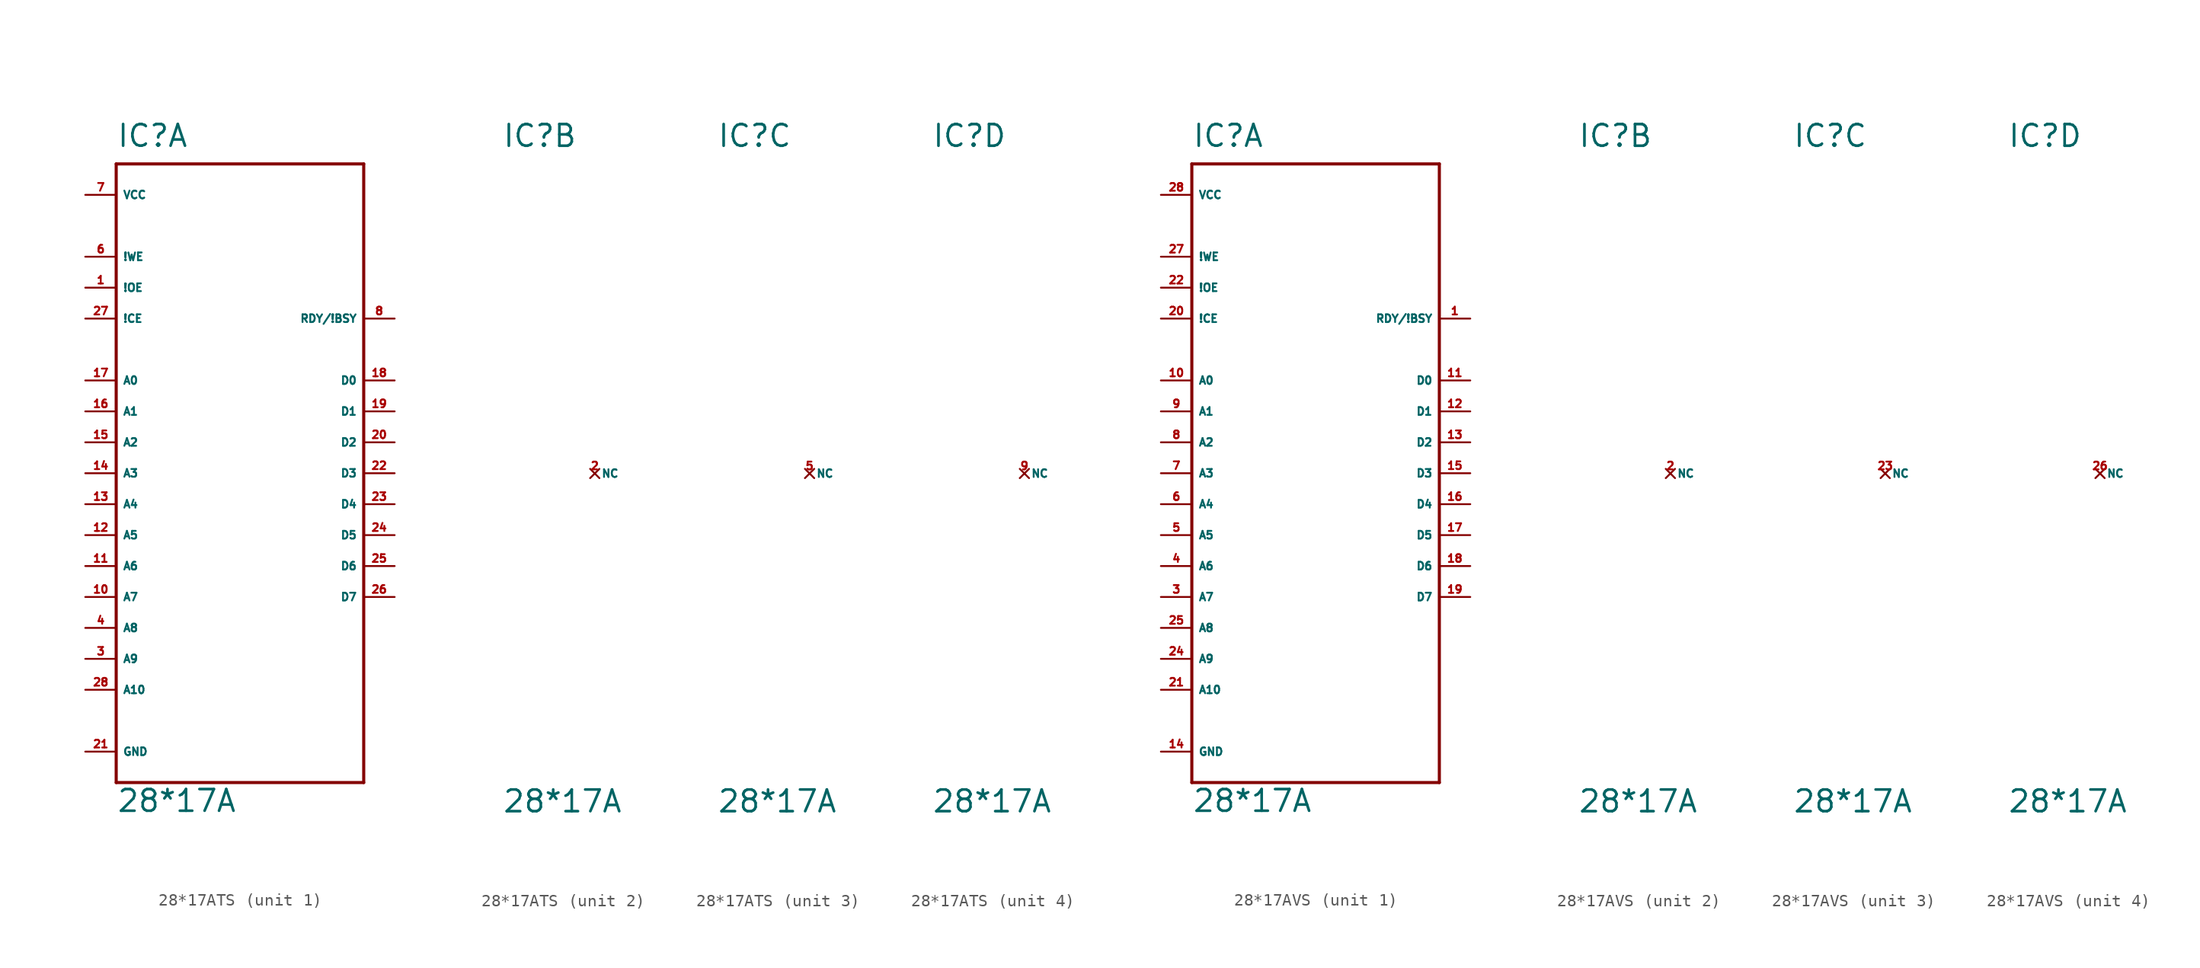
<source format=kicad_sym>
(kicad_symbol_lib
  (version 20220914)
  (generator Eagle2Kicad)
  (symbol "28*17ATS"
    (property "Reference" "IC"
      (at -10.16 26.67 0)
      (effects (font (size 1.778 1.778) (thickness 0.22)) (justify left bottom)))
    (property "Value" "28*17A"
      (at -10.16 -27.94 0)
      (effects (font (size 1.778 1.778) (thickness 0.22)) (justify left bottom)))
    (symbol "28*17ATS_1_0"
      (polyline (pts (xy -10.16 25.4) (xy 10.16 25.4)) (stroke (width 0.254) (type default)) (fill (type none)))
      (polyline (pts (xy 10.16 25.4) (xy 10.16 -25.4)) (stroke (width 0.254) (type default)) (fill (type none)))
      (polyline (pts (xy 10.16 -25.4) (xy -10.16 -25.4)) (stroke (width 0.254) (type default)) (fill (type none)))
      (polyline (pts (xy -10.16 -25.4) (xy -10.16 25.4)) (stroke (width 0.254) (type default)) (fill (type none)))
      (pin input line (at -12.7 7.62 0) (length 2.54) (name "A0" (effects (font (size 0.635 0.635) (thickness 0.08)) (justify left bottom))) (number "17" (effects (font (size 0.635 0.635) (thickness 0.08)) (justify left bottom))))
      (pin input line (at -12.7 5.08 0) (length 2.54) (name "A1" (effects (font (size 0.635 0.635) (thickness 0.08)) (justify left bottom))) (number "16" (effects (font (size 0.635 0.635) (thickness 0.08)) (justify left bottom))))
      (pin input line (at -12.7 2.54 0) (length 2.54) (name "A2" (effects (font (size 0.635 0.635) (thickness 0.08)) (justify left bottom))) (number "15" (effects (font (size 0.635 0.635) (thickness 0.08)) (justify left bottom))))
      (pin input line (at -12.7 0 0) (length 2.54) (name "A3" (effects (font (size 0.635 0.635) (thickness 0.08)) (justify left bottom))) (number "14" (effects (font (size 0.635 0.635) (thickness 0.08)) (justify left bottom))))
      (pin input line (at -12.7 -2.54 0) (length 2.54) (name "A4" (effects (font (size 0.635 0.635) (thickness 0.08)) (justify left bottom))) (number "13" (effects (font (size 0.635 0.635) (thickness 0.08)) (justify left bottom))))
      (pin input line (at -12.7 -5.08 0) (length 2.54) (name "A5" (effects (font (size 0.635 0.635) (thickness 0.08)) (justify left bottom))) (number "12" (effects (font (size 0.635 0.635) (thickness 0.08)) (justify left bottom))))
      (pin input line (at -12.7 -7.62 0) (length 2.54) (name "A6" (effects (font (size 0.635 0.635) (thickness 0.08)) (justify left bottom))) (number "11" (effects (font (size 0.635 0.635) (thickness 0.08)) (justify left bottom))))
      (pin input line (at -12.7 -10.16 0) (length 2.54) (name "A7" (effects (font (size 0.635 0.635) (thickness 0.08)) (justify left bottom))) (number "10" (effects (font (size 0.635 0.635) (thickness 0.08)) (justify left bottom))))
      (pin input line (at -12.7 -12.7 0) (length 2.54) (name "A8" (effects (font (size 0.635 0.635) (thickness 0.08)) (justify left bottom))) (number "4" (effects (font (size 0.635 0.635) (thickness 0.08)) (justify left bottom))))
      (pin input line (at -12.7 17.78 0) (length 2.54) (name "!WE" (effects (font (size 0.635 0.635) (thickness 0.08)) (justify left bottom))) (number "6" (effects (font (size 0.635 0.635) (thickness 0.08)) (justify left bottom))))
      (pin input line (at -12.7 12.7 0) (length 2.54) (name "!CE" (effects (font (size 0.635 0.635) (thickness 0.08)) (justify left bottom))) (number "27" (effects (font (size 0.635 0.635) (thickness 0.08)) (justify left bottom))))
      (pin input line (at -12.7 15.24 0) (length 2.54) (name "!OE" (effects (font (size 0.635 0.635) (thickness 0.08)) (justify left bottom))) (number "1" (effects (font (size 0.635 0.635) (thickness 0.08)) (justify left bottom))))
      (pin tri_state line (at 12.7 7.62 180) (length 2.54) (name "D0" (effects (font (size 0.635 0.635) (thickness 0.08)) (justify left bottom))) (number "18" (effects (font (size 0.635 0.635) (thickness 0.08)) (justify left bottom))))
      (pin tri_state line (at 12.7 5.08 180) (length 2.54) (name "D1" (effects (font (size 0.635 0.635) (thickness 0.08)) (justify left bottom))) (number "19" (effects (font (size 0.635 0.635) (thickness 0.08)) (justify left bottom))))
      (pin tri_state line (at 12.7 2.54 180) (length 2.54) (name "D2" (effects (font (size 0.635 0.635) (thickness 0.08)) (justify left bottom))) (number "20" (effects (font (size 0.635 0.635) (thickness 0.08)) (justify left bottom))))
      (pin tri_state line (at 12.7 0 180) (length 2.54) (name "D3" (effects (font (size 0.635 0.635) (thickness 0.08)) (justify left bottom))) (number "22" (effects (font (size 0.635 0.635) (thickness 0.08)) (justify left bottom))))
      (pin tri_state line (at 12.7 -2.54 180) (length 2.54) (name "D4" (effects (font (size 0.635 0.635) (thickness 0.08)) (justify left bottom))) (number "23" (effects (font (size 0.635 0.635) (thickness 0.08)) (justify left bottom))))
      (pin tri_state line (at 12.7 -5.08 180) (length 2.54) (name "D5" (effects (font (size 0.635 0.635) (thickness 0.08)) (justify left bottom))) (number "24" (effects (font (size 0.635 0.635) (thickness 0.08)) (justify left bottom))))
      (pin tri_state line (at 12.7 -7.62 180) (length 2.54) (name "D6" (effects (font (size 0.635 0.635) (thickness 0.08)) (justify left bottom))) (number "25" (effects (font (size 0.635 0.635) (thickness 0.08)) (justify left bottom))))
      (pin tri_state line (at 12.7 -10.16 180) (length 2.54) (name "D7" (effects (font (size 0.635 0.635) (thickness 0.08)) (justify left bottom))) (number "26" (effects (font (size 0.635 0.635) (thickness 0.08)) (justify left bottom))))
      (pin unspecified line (at -12.7 22.86 0) (length 2.54) (name "VCC" (effects (font (size 0.635 0.635) (thickness 0.08)) (justify left bottom))) (number "7" (effects (font (size 0.635 0.635) (thickness 0.08)) (justify left bottom))))
      (pin unspecified line (at -12.7 -22.86 0) (length 2.54) (name "GND" (effects (font (size 0.635 0.635) (thickness 0.08)) (justify left bottom))) (number "21" (effects (font (size 0.635 0.635) (thickness 0.08)) (justify left bottom))))
      (pin input line (at -12.7 -15.24 0) (length 2.54) (name "A9" (effects (font (size 0.635 0.635) (thickness 0.08)) (justify left bottom))) (number "3" (effects (font (size 0.635 0.635) (thickness 0.08)) (justify left bottom))))
      (pin input line (at -12.7 -17.78 0) (length 2.54) (name "A10" (effects (font (size 0.635 0.635) (thickness 0.08)) (justify left bottom))) (number "28" (effects (font (size 0.635 0.635) (thickness 0.08)) (justify left bottom))))
      (pin output line (at 12.7 12.7 180) (length 2.54) (name "RDY/!BSY" (effects (font (size 0.635 0.635) (thickness 0.08)) (justify left bottom))) (number "8" (effects (font (size 0.635 0.635) (thickness 0.08)) (justify left bottom)))))
    (symbol "28*17ATS_2_0"
      (pin no_connect line (at -2.54 0 0) (length 0) (name "NC" (effects (font (size 0.635 0.635) (thickness 0.08)) (justify left bottom) hide)) (number "2" (effects (font (size 0.635 0.635) (thickness 0.08)) (justify left bottom) hide))))
    (symbol "28*17ATS_3_0"
      (pin no_connect line (at -2.54 0 0) (length 0) (name "NC" (effects (font (size 0.635 0.635) (thickness 0.08)) (justify left bottom) hide)) (number "5" (effects (font (size 0.635 0.635) (thickness 0.08)) (justify left bottom) hide))))
    (symbol "28*17ATS_4_0"
      (pin no_connect line (at -2.54 0 0) (length 0) (name "NC" (effects (font (size 0.635 0.635) (thickness 0.08)) (justify left bottom) hide)) (number "9" (effects (font (size 0.635 0.635) (thickness 0.08)) (justify left bottom) hide)))))
  (symbol "28*17AVS"
    (property "Reference" "IC"
      (at -10.16 26.67 0)
      (effects (font (size 1.778 1.778) (thickness 0.22)) (justify left bottom)))
    (property "Value" "28*17A"
      (at -10.16 -27.94 0)
      (effects (font (size 1.778 1.778) (thickness 0.22)) (justify left bottom)))
    (symbol "28*17AVS_1_0"
      (polyline (pts (xy -10.16 25.4) (xy 10.16 25.4)) (stroke (width 0.254) (type default)) (fill (type none)))
      (polyline (pts (xy 10.16 25.4) (xy 10.16 -25.4)) (stroke (width 0.254) (type default)) (fill (type none)))
      (polyline (pts (xy 10.16 -25.4) (xy -10.16 -25.4)) (stroke (width 0.254) (type default)) (fill (type none)))
      (polyline (pts (xy -10.16 -25.4) (xy -10.16 25.4)) (stroke (width 0.254) (type default)) (fill (type none)))
      (pin input line (at -12.7 7.62 0) (length 2.54) (name "A0" (effects (font (size 0.635 0.635) (thickness 0.08)) (justify left bottom))) (number "10" (effects (font (size 0.635 0.635) (thickness 0.08)) (justify left bottom))))
      (pin input line (at -12.7 5.08 0) (length 2.54) (name "A1" (effects (font (size 0.635 0.635) (thickness 0.08)) (justify left bottom))) (number "9" (effects (font (size 0.635 0.635) (thickness 0.08)) (justify left bottom))))
      (pin input line (at -12.7 2.54 0) (length 2.54) (name "A2" (effects (font (size 0.635 0.635) (thickness 0.08)) (justify left bottom))) (number "8" (effects (font (size 0.635 0.635) (thickness 0.08)) (justify left bottom))))
      (pin input line (at -12.7 0 0) (length 2.54) (name "A3" (effects (font (size 0.635 0.635) (thickness 0.08)) (justify left bottom))) (number "7" (effects (font (size 0.635 0.635) (thickness 0.08)) (justify left bottom))))
      (pin input line (at -12.7 -2.54 0) (length 2.54) (name "A4" (effects (font (size 0.635 0.635) (thickness 0.08)) (justify left bottom))) (number "6" (effects (font (size 0.635 0.635) (thickness 0.08)) (justify left bottom))))
      (pin input line (at -12.7 -5.08 0) (length 2.54) (name "A5" (effects (font (size 0.635 0.635) (thickness 0.08)) (justify left bottom))) (number "5" (effects (font (size 0.635 0.635) (thickness 0.08)) (justify left bottom))))
      (pin input line (at -12.7 -7.62 0) (length 2.54) (name "A6" (effects (font (size 0.635 0.635) (thickness 0.08)) (justify left bottom))) (number "4" (effects (font (size 0.635 0.635) (thickness 0.08)) (justify left bottom))))
      (pin input line (at -12.7 -10.16 0) (length 2.54) (name "A7" (effects (font (size 0.635 0.635) (thickness 0.08)) (justify left bottom))) (number "3" (effects (font (size 0.635 0.635) (thickness 0.08)) (justify left bottom))))
      (pin input line (at -12.7 -12.7 0) (length 2.54) (name "A8" (effects (font (size 0.635 0.635) (thickness 0.08)) (justify left bottom))) (number "25" (effects (font (size 0.635 0.635) (thickness 0.08)) (justify left bottom))))
      (pin input line (at -12.7 17.78 0) (length 2.54) (name "!WE" (effects (font (size 0.635 0.635) (thickness 0.08)) (justify left bottom))) (number "27" (effects (font (size 0.635 0.635) (thickness 0.08)) (justify left bottom))))
      (pin input line (at -12.7 12.7 0) (length 2.54) (name "!CE" (effects (font (size 0.635 0.635) (thickness 0.08)) (justify left bottom))) (number "20" (effects (font (size 0.635 0.635) (thickness 0.08)) (justify left bottom))))
      (pin input line (at -12.7 15.24 0) (length 2.54) (name "!OE" (effects (font (size 0.635 0.635) (thickness 0.08)) (justify left bottom))) (number "22" (effects (font (size 0.635 0.635) (thickness 0.08)) (justify left bottom))))
      (pin tri_state line (at 12.7 7.62 180) (length 2.54) (name "D0" (effects (font (size 0.635 0.635) (thickness 0.08)) (justify left bottom))) (number "11" (effects (font (size 0.635 0.635) (thickness 0.08)) (justify left bottom))))
      (pin tri_state line (at 12.7 5.08 180) (length 2.54) (name "D1" (effects (font (size 0.635 0.635) (thickness 0.08)) (justify left bottom))) (number "12" (effects (font (size 0.635 0.635) (thickness 0.08)) (justify left bottom))))
      (pin tri_state line (at 12.7 2.54 180) (length 2.54) (name "D2" (effects (font (size 0.635 0.635) (thickness 0.08)) (justify left bottom))) (number "13" (effects (font (size 0.635 0.635) (thickness 0.08)) (justify left bottom))))
      (pin tri_state line (at 12.7 0 180) (length 2.54) (name "D3" (effects (font (size 0.635 0.635) (thickness 0.08)) (justify left bottom))) (number "15" (effects (font (size 0.635 0.635) (thickness 0.08)) (justify left bottom))))
      (pin tri_state line (at 12.7 -2.54 180) (length 2.54) (name "D4" (effects (font (size 0.635 0.635) (thickness 0.08)) (justify left bottom))) (number "16" (effects (font (size 0.635 0.635) (thickness 0.08)) (justify left bottom))))
      (pin tri_state line (at 12.7 -5.08 180) (length 2.54) (name "D5" (effects (font (size 0.635 0.635) (thickness 0.08)) (justify left bottom))) (number "17" (effects (font (size 0.635 0.635) (thickness 0.08)) (justify left bottom))))
      (pin tri_state line (at 12.7 -7.62 180) (length 2.54) (name "D6" (effects (font (size 0.635 0.635) (thickness 0.08)) (justify left bottom))) (number "18" (effects (font (size 0.635 0.635) (thickness 0.08)) (justify left bottom))))
      (pin tri_state line (at 12.7 -10.16 180) (length 2.54) (name "D7" (effects (font (size 0.635 0.635) (thickness 0.08)) (justify left bottom))) (number "19" (effects (font (size 0.635 0.635) (thickness 0.08)) (justify left bottom))))
      (pin unspecified line (at -12.7 22.86 0) (length 2.54) (name "VCC" (effects (font (size 0.635 0.635) (thickness 0.08)) (justify left bottom))) (number "28" (effects (font (size 0.635 0.635) (thickness 0.08)) (justify left bottom))))
      (pin unspecified line (at -12.7 -22.86 0) (length 2.54) (name "GND" (effects (font (size 0.635 0.635) (thickness 0.08)) (justify left bottom))) (number "14" (effects (font (size 0.635 0.635) (thickness 0.08)) (justify left bottom))))
      (pin input line (at -12.7 -15.24 0) (length 2.54) (name "A9" (effects (font (size 0.635 0.635) (thickness 0.08)) (justify left bottom))) (number "24" (effects (font (size 0.635 0.635) (thickness 0.08)) (justify left bottom))))
      (pin input line (at -12.7 -17.78 0) (length 2.54) (name "A10" (effects (font (size 0.635 0.635) (thickness 0.08)) (justify left bottom))) (number "21" (effects (font (size 0.635 0.635) (thickness 0.08)) (justify left bottom))))
      (pin output line (at 12.7 12.7 180) (length 2.54) (name "RDY/!BSY" (effects (font (size 0.635 0.635) (thickness 0.08)) (justify left bottom))) (number "1" (effects (font (size 0.635 0.635) (thickness 0.08)) (justify left bottom)))))
    (symbol "28*17AVS_2_0"
      (pin no_connect line (at -2.54 0 0) (length 0) (name "NC" (effects (font (size 0.635 0.635) (thickness 0.08)) (justify left bottom) hide)) (number "2" (effects (font (size 0.635 0.635) (thickness 0.08)) (justify left bottom) hide))))
    (symbol "28*17AVS_3_0"
      (pin no_connect line (at -2.54 0 0) (length 0) (name "NC" (effects (font (size 0.635 0.635) (thickness 0.08)) (justify left bottom) hide)) (number "23" (effects (font (size 0.635 0.635) (thickness 0.08)) (justify left bottom) hide))))
    (symbol "28*17AVS_4_0"
      (pin no_connect line (at -2.54 0 0) (length 0) (name "NC" (effects (font (size 0.635 0.635) (thickness 0.08)) (justify left bottom) hide)) (number "26" (effects (font (size 0.635 0.635) (thickness 0.08)) (justify left bottom) hide))))))
</source>
